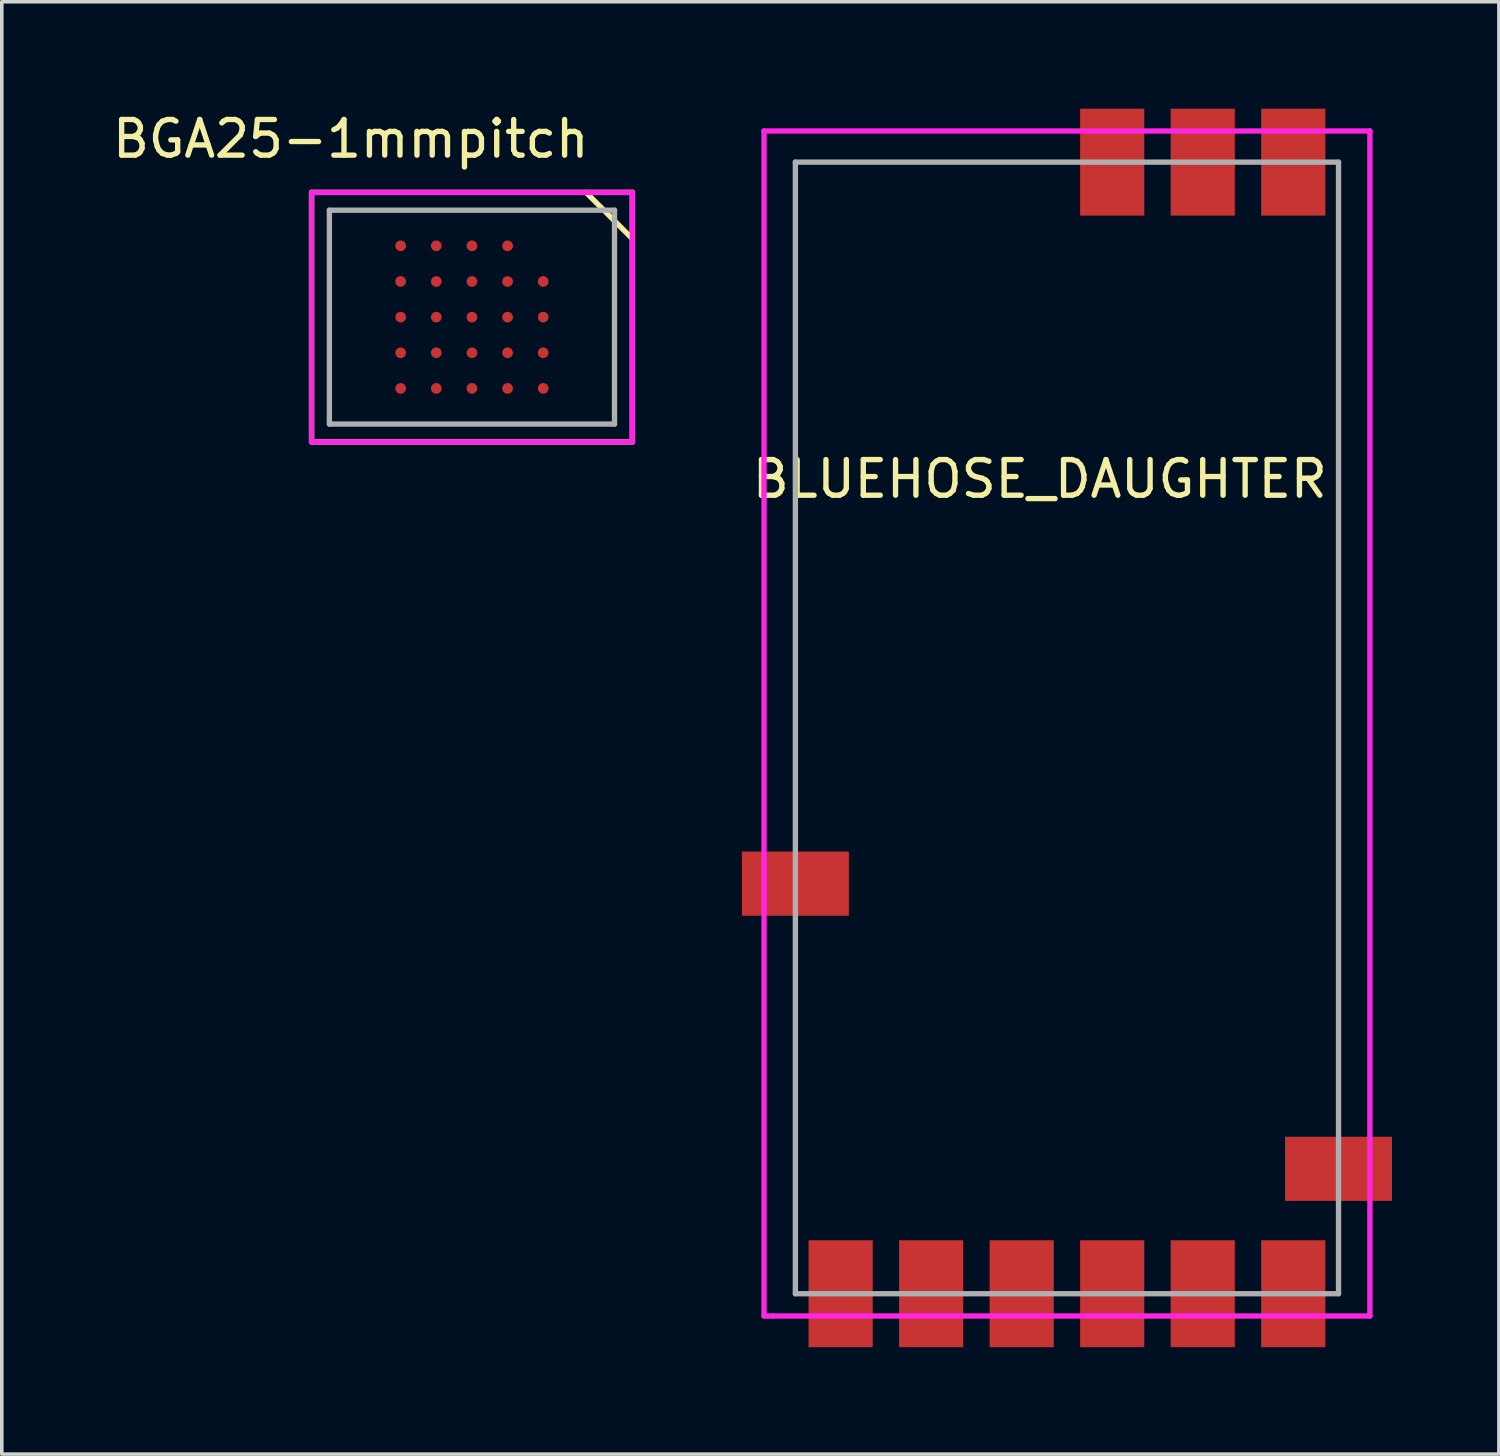
<source format=kicad_pcb>
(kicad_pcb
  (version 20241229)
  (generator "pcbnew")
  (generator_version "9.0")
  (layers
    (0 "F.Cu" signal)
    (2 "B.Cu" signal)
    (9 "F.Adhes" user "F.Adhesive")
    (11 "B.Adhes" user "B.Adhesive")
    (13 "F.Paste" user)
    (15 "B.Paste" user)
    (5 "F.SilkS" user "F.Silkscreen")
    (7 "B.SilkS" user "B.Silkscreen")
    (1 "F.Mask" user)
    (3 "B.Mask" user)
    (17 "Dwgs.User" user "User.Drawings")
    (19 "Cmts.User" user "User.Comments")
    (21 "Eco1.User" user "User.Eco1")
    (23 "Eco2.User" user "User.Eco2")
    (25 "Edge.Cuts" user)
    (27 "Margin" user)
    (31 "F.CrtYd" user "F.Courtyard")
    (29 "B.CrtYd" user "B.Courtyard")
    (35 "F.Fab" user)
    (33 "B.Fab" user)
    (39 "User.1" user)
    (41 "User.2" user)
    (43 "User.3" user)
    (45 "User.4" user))
  (footprint "BLUEHOSE_DAUGHTER"
    (layer "F.Cu")
    (at 26.887 17.375)
    (property "Reference" "BLUEHOSE_DAUGHTER" (at -0.762 -6.985 0) (layer "F.SilkS") (effects (font (size 1 1) (thickness 0.15))))
    (attr through_hole)
    (fp_line (start -8.5 -16.75) (end -8.5 16.5) (stroke (width 0.15) (type solid)) (layer "F.CrtYd"))
    (fp_line (start -8.5 16.5) (end -8.25 16.5) (stroke (width 0.15) (type solid)) (layer "F.CrtYd"))
    (fp_line (start -8.25 16.5) (end 8.5 16.5) (stroke (width 0.15) (type solid)) (layer "F.CrtYd"))
    (fp_line (start 8.5 -16.75) (end -8.5 -16.75) (stroke (width 0.15) (type solid)) (layer "F.CrtYd"))
    (fp_line (start 8.5 16.5) (end 8.5 -16.75) (stroke (width 0.15) (type solid)) (layer "F.CrtYd"))
    (fp_line (start -7.62 -15.875) (end 7.62 -15.875) (stroke (width 0.15) (type solid)) (layer "F.Fab"))
    (fp_line (start -7.62 15.875) (end -7.62 -15.875) (stroke (width 0.15) (type solid)) (layer "F.Fab"))
    (fp_line (start 7.62 -15.875) (end 7.62 15.875) (stroke (width 0.15) (type solid)) (layer "F.Fab"))
    (fp_line (start 7.62 15.875) (end -7.62 15.875) (stroke (width 0.15) (type solid)) (layer "F.Fab"))
    (pad "0" smd rect (at 7.62 12.37 90) (size 1.8 3) (layers "F.Cu" "F.Mask" "F.Paste"))
    (pad "1" smd rect (at -6.35 15.875) (size 1.8 3) (layers "F.Cu" "F.Mask" "F.Paste"))
    (pad "2" smd rect (at 6.35 -15.875) (size 1.8 3) (layers "F.Cu" "F.Mask" "F.Paste"))
    (pad "3" smd rect (at -3.81 15.875) (size 1.8 3) (layers "F.Cu" "F.Mask" "F.Paste"))
    (pad "4" smd rect (at 3.81 -15.875) (size 1.8 3) (layers "F.Cu" "F.Mask" "F.Paste"))
    (pad "5" smd rect (at 3.81 15.875) (size 1.8 3) (layers "F.Cu" "F.Mask" "F.Paste"))
    (pad "6" smd rect (at 1.27 -15.875) (size 1.8 3) (layers "F.Cu" "F.Mask" "F.Paste"))
    (pad "7" smd rect (at 6.35 15.875) (size 1.8 3) (layers "F.Cu" "F.Mask" "F.Paste"))
    (pad "8" smd rect (at 1.27 15.875) (size 1.8 3) (layers "F.Cu" "F.Mask" "F.Paste"))
    (pad "9" smd rect (at -1.27 15.875) (size 1.8 3) (layers "F.Cu" "F.Mask" "F.Paste"))
    (pad "13" smd rect (at -7.62 4.369 90) (size 1.8 3) (layers "F.Cu" "F.Mask" "F.Paste")))
  (footprint "BGA25-1mmpitch"
    (layer "F.Cu")
    (at 10.192 5.848)
    (property "Reference" "BGA25-1mmpitch" (at -3.4 -5 0) (layer "F.SilkS") (effects (font (size 1 1) (thickness 0.15))))
    (attr through_hole)
    (fp_line (start -4.5 -3.5) (end 4.5 -3.5) (stroke (width 0.15) (type solid)) (layer "F.SilkS"))
    (fp_line (start -4.5 3.5) (end -4.5 -3.5) (stroke (width 0.15) (type solid)) (layer "F.SilkS"))
    (fp_line (start 3.2 -3.5) (end 4.5 -2.2) (stroke (width 0.15) (type solid)) (layer "F.SilkS"))
    (fp_line (start 4.5 -3.5) (end 4.5 3.5) (stroke (width 0.15) (type solid)) (layer "F.SilkS"))
    (fp_line (start 4.5 3.5) (end -4.5 3.5) (stroke (width 0.15) (type solid)) (layer "F.SilkS"))
    (fp_line (start -4.5 -3.5) (end 4.5 -3.5) (stroke (width 0.15) (type solid)) (layer "F.CrtYd"))
    (fp_line (start -4.5 3.5) (end -4.5 -3.5) (stroke (width 0.15) (type solid)) (layer "F.CrtYd"))
    (fp_line (start 4.5 -3.5) (end 4.5 3.5) (stroke (width 0.15) (type solid)) (layer "F.CrtYd"))
    (fp_line (start 4.5 3.5) (end -4.5 3.5) (stroke (width 0.15) (type solid)) (layer "F.CrtYd"))
    (fp_line (start -4 -3) (end 4 -3) (stroke (width 0.15) (type solid)) (layer "F.Fab"))
    (fp_line (start -4 3) (end -4 -3) (stroke (width 0.15) (type solid)) (layer "F.Fab"))
    (fp_line (start 4 -3) (end 4 3) (stroke (width 0.15) (type solid)) (layer "F.Fab"))
    (fp_line (start 4 3) (end -4 3) (stroke (width 0.15) (type solid)) (layer "F.Fab"))
    (pad "A2" smd circle (at 2 -1) (size 0.3 0.3) (layers "F.Cu" "F.Mask" "F.Paste"))
    (pad "A3" smd circle (at 2 0) (size 0.3 0.3) (layers "F.Cu" "F.Mask" "F.Paste"))
    (pad "A4" smd circle (at 2 1) (size 0.3 0.3) (layers "F.Cu" "F.Mask" "F.Paste"))
    (pad "A5" smd circle (at 2 2) (size 0.3 0.3) (layers "F.Cu" "F.Mask" "F.Paste"))
    (pad "B1" smd circle (at 1 -2) (size 0.3 0.3) (layers "F.Cu" "F.Mask" "F.Paste"))
    (pad "B2" smd circle (at 1 -1) (size 0.3 0.3) (layers "F.Cu" "F.Mask" "F.Paste"))
    (pad "B3" smd circle (at 1 0) (size 0.3 0.3) (layers "F.Cu" "F.Mask" "F.Paste"))
    (pad "B4" smd circle (at 1 1) (size 0.3 0.3) (layers "F.Cu" "F.Mask" "F.Paste"))
    (pad "B5" smd circle (at 1 2) (size 0.3 0.3) (layers "F.Cu" "F.Mask" "F.Paste"))
    (pad "C1" smd circle (at 0 -2) (size 0.3 0.3) (layers "F.Cu" "F.Mask" "F.Paste"))
    (pad "C2" smd circle (at 0 -1) (size 0.3 0.3) (layers "F.Cu" "F.Mask" "F.Paste"))
    (pad "C3" smd circle (at 0 0) (size 0.3 0.3) (layers "F.Cu" "F.Mask" "F.Paste"))
    (pad "C4" smd circle (at 0 1) (size 0.3 0.3) (layers "F.Cu" "F.Mask" "F.Paste"))
    (pad "C5" smd circle (at 0 2) (size 0.3 0.3) (layers "F.Cu" "F.Mask" "F.Paste"))
    (pad "D1" smd circle (at -1 -2) (size 0.3 0.3) (layers "F.Cu" "F.Mask" "F.Paste"))
    (pad "D2" smd circle (at -1 -1) (size 0.3 0.3) (layers "F.Cu" "F.Mask" "F.Paste"))
    (pad "D3" smd circle (at -1 0) (size 0.3 0.3) (layers "F.Cu" "F.Mask" "F.Paste"))
    (pad "D4" smd circle (at -1 1) (size 0.3 0.3) (layers "F.Cu" "F.Mask" "F.Paste"))
    (pad "D5" smd circle (at -1 2) (size 0.3 0.3) (layers "F.Cu" "F.Mask" "F.Paste"))
    (pad "E1" smd circle (at -2 -2) (size 0.3 0.3) (layers "F.Cu" "F.Mask" "F.Paste"))
    (pad "E2" smd circle (at -2 -1) (size 0.3 0.3) (layers "F.Cu" "F.Mask" "F.Paste"))
    (pad "E3" smd circle (at -2 0) (size 0.3 0.3) (layers "F.Cu" "F.Mask" "F.Paste"))
    (pad "E4" smd circle (at -2 1) (size 0.3 0.3) (layers "F.Cu" "F.Mask" "F.Paste"))
    (pad "E5" smd circle (at -2 2) (size 0.3 0.3) (layers "F.Cu" "F.Mask" "F.Paste")))
  (gr_rect
    (start -3 -3)
    (end 39.007 37.75)
    (stroke (width 0.1) (type default))
    (fill no)
    (layer "Edge.Cuts")))
</source>
